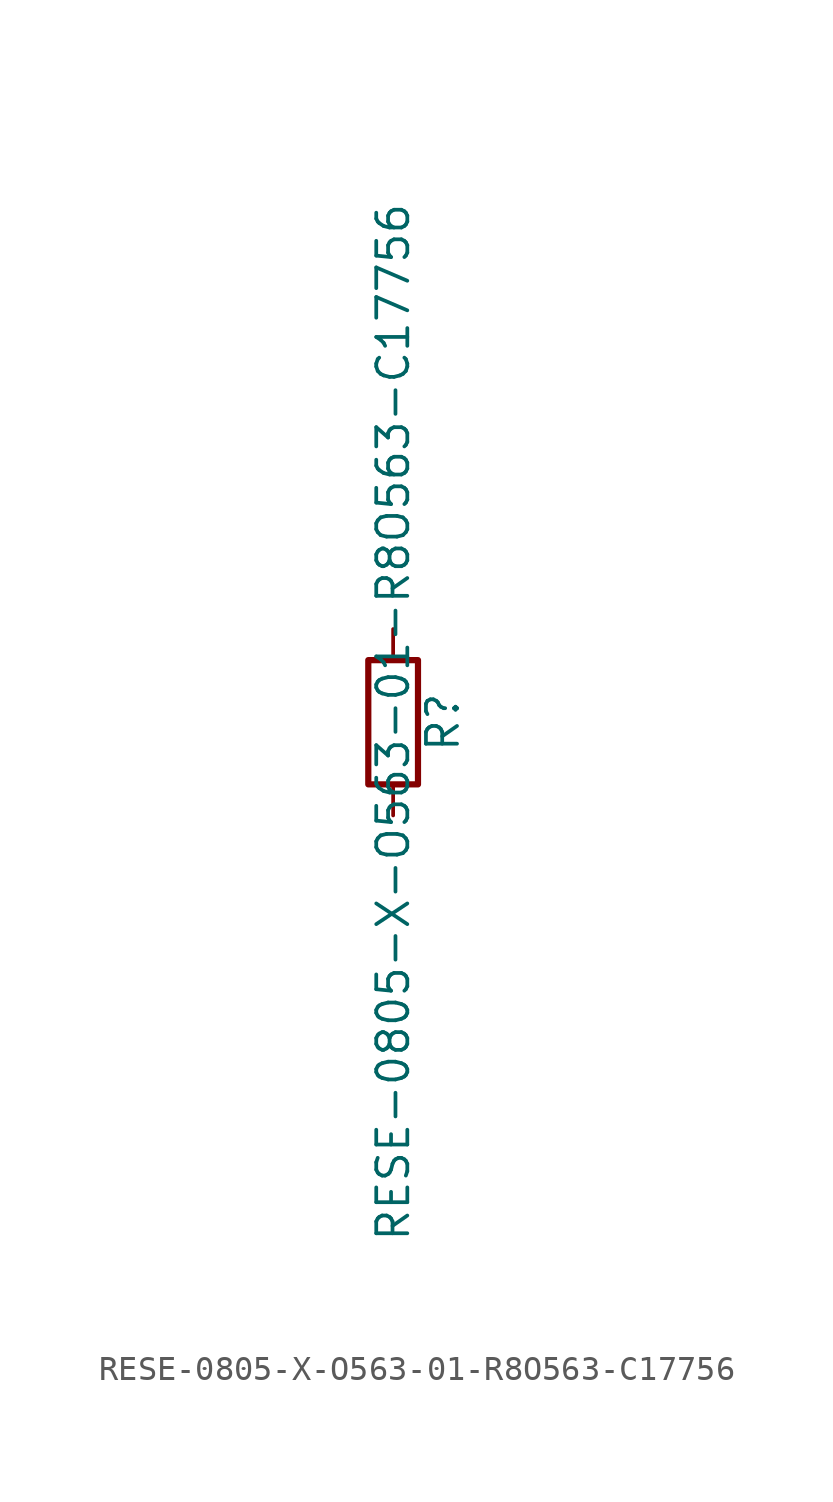
<source format=kicad_sym>
(kicad_symbol_lib
  (version 20211014)
  (generator kicad_symbol_editor)
  (symbol "RESE-0805-X-O563-01-R8O563-C17756"
    (pin_numbers hide)
    (pin_names
      (offset 0))
    (property "Reference" "R"
      (at 2.032 0 90)
      (effects (font (size 1.27 1.27))))
    (property "Value" "RESE-0805-X-O563-01-R8O563-C17756"
      (at 0 0 90)
      (effects (font (size 1.27 1.27))))
    (symbol "RESE-0805-X-O563-01-R8O563-C17756_0_1"
      (rectangle (start -1.016 -2.54) (end 1.016 2.54) (stroke (width 0.254) (type default) (color 0 0 0 0)) (fill (type none))))
    (symbol "RESE-0805-X-O563-01-R8O563-C17756_1_1"
      (pin passive line (at 0 3.81 270) (length 1.27) (name "~" (effects (font (size 1.27 1.27)))) (number "1" (effects (font (size 1.27 1.27)))))
      (pin passive line (at 0 -3.81 90) (length 1.27) (name "~" (effects (font (size 1.27 1.27)))) (number "2" (effects (font (size 1.27 1.27))))))))
</source>
